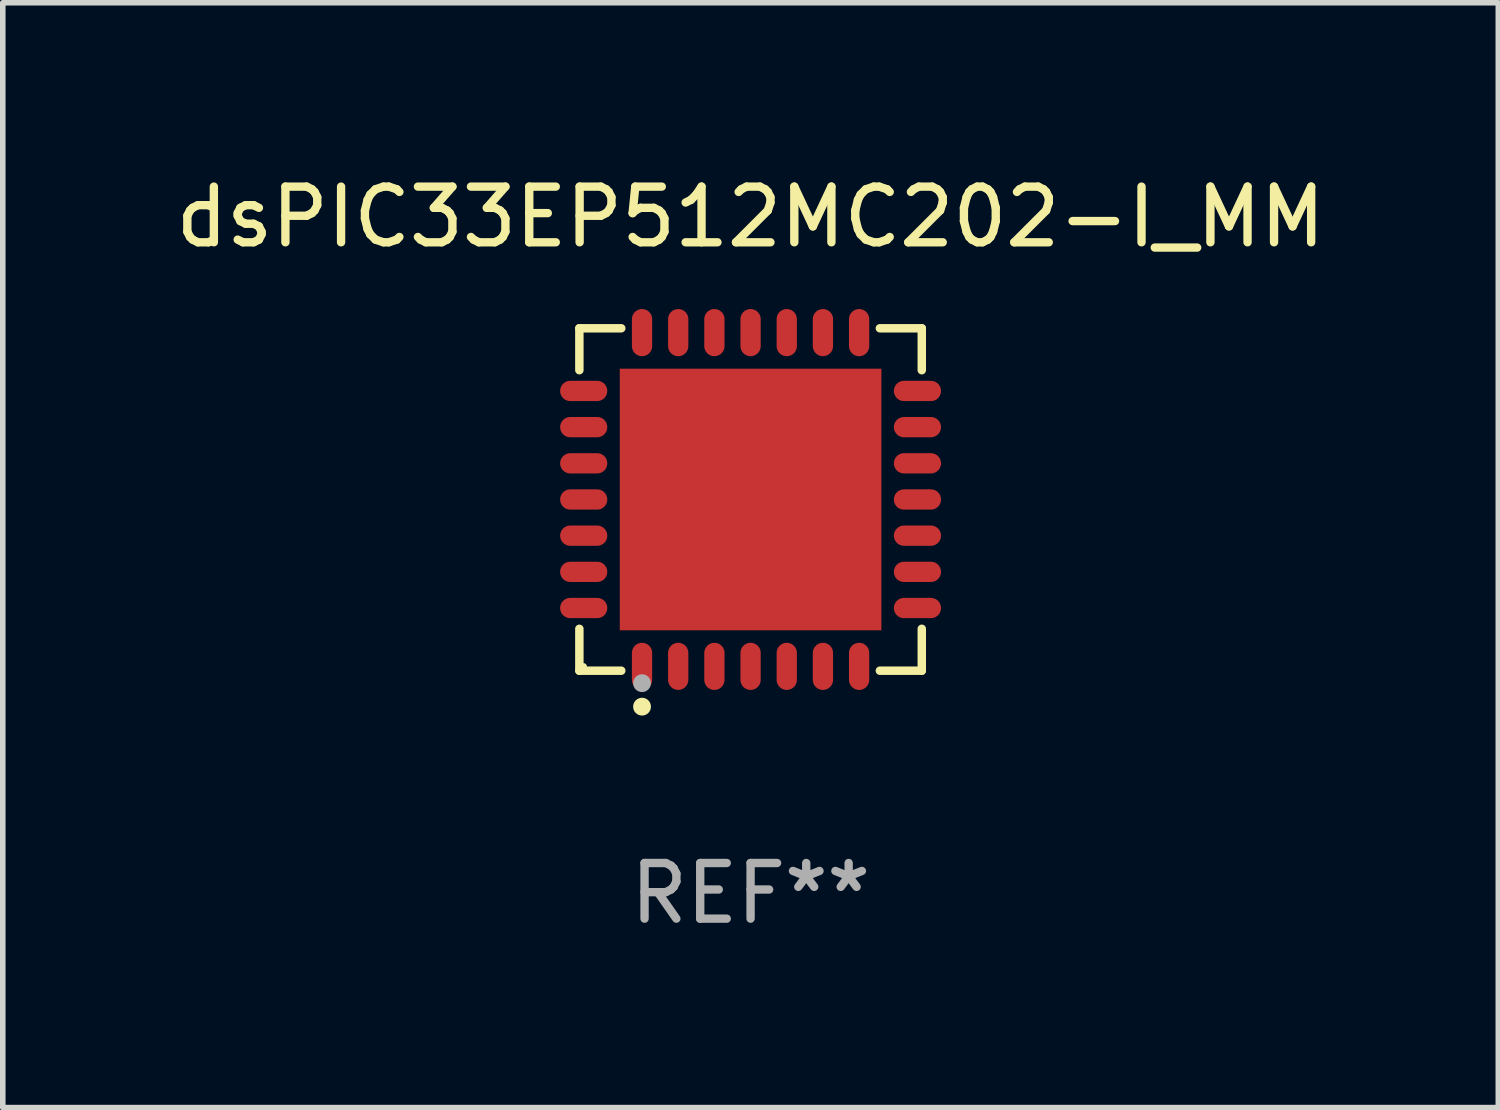
<source format=kicad_pcb>
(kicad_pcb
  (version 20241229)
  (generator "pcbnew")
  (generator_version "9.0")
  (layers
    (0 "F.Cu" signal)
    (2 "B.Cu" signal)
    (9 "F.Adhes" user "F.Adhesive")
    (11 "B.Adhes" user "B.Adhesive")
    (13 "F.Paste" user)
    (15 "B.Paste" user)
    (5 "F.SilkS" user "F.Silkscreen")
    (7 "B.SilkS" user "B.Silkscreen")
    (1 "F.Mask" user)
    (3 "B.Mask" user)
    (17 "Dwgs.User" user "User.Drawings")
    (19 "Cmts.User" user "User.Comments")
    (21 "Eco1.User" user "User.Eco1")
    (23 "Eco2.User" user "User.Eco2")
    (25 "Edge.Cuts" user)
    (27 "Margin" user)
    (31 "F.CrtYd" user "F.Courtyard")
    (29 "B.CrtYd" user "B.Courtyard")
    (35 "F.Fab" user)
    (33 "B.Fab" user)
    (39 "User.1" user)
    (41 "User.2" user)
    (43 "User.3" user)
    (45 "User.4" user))
  (footprint "dsPIC33EP512MC202-I_MM"
    (layer "F.Cu")
    (at 10.435 5.924)
    (property "Reference" "dsPIC33EP512MC202-I_MM" (at 0 -5.076 0) (layer "F.SilkS") (effects (font (size 1 1) (thickness 0.15))))
    (attr through_hole)
    (fp_line (start -3.076 -3.076) (end -2.323 -3.076) (stroke (width 0.152) (type solid)) (layer "F.SilkS"))
    (fp_line (start -3.076 -2.323) (end -3.076 -3.076) (stroke (width 0.152) (type solid)) (layer "F.SilkS"))
    (fp_line (start -3.076 2.323) (end -3.076 3.076) (stroke (width 0.152) (type solid)) (layer "F.SilkS"))
    (fp_line (start -3.076 3.076) (end -2.323 3.076) (stroke (width 0.152) (type solid)) (layer "F.SilkS"))
    (fp_line (start 3.076 -3.076) (end 2.323 -3.076) (stroke (width 0.152) (type solid)) (layer "F.SilkS"))
    (fp_line (start 3.076 -2.323) (end 3.076 -3.076) (stroke (width 0.152) (type solid)) (layer "F.SilkS"))
    (fp_line (start 3.076 2.323) (end 3.076 3.076) (stroke (width 0.152) (type solid)) (layer "F.SilkS"))
    (fp_line (start 3.076 3.076) (end 2.323 3.076) (stroke (width 0.152) (type solid)) (layer "F.SilkS"))
    (fp_circle (center -3 3) (end -2.97 3) (stroke (width 0.06) (type solid)) (fill no) (layer "F.SilkS"))
    (fp_circle (center -1.95 3.722) (end -1.87 3.722) (stroke (width 0.16) (type solid)) (fill no) (layer "F.SilkS"))
    (fp_circle (center -1.95 3.3) (end -1.87 3.3) (stroke (width 0.16) (type solid)) (fill no) (layer "F.Fab"))
    (fp_text user "REF**" (at 0 7.076 0) (layer "F.Fab") (effects (font (size 1 1) (thickness 0.15))))
    (pad "1" smd oval (at -1.95 2.998) (size 0.364 0.847) (layers "F.Cu" "F.Mask" "F.Paste"))
    (pad "2" smd oval (at -1.3 2.998) (size 0.364 0.847) (layers "F.Cu" "F.Mask" "F.Paste"))
    (pad "3" smd oval (at -0.65 2.998) (size 0.364 0.847) (layers "F.Cu" "F.Mask" "F.Paste"))
    (pad "4" smd oval (at 0 2.998) (size 0.364 0.847) (layers "F.Cu" "F.Mask" "F.Paste"))
    (pad "5" smd oval (at 0.65 2.998) (size 0.364 0.847) (layers "F.Cu" "F.Mask" "F.Paste"))
    (pad "6" smd oval (at 1.3 2.998) (size 0.364 0.847) (layers "F.Cu" "F.Mask" "F.Paste"))
    (pad "7" smd oval (at 1.95 2.998) (size 0.364 0.847) (layers "F.Cu" "F.Mask" "F.Paste"))
    (pad "8" smd oval (at 2.998 1.95) (size 0.847 0.364) (layers "F.Cu" "F.Mask" "F.Paste"))
    (pad "9" smd oval (at 2.998 1.3) (size 0.847 0.364) (layers "F.Cu" "F.Mask" "F.Paste"))
    (pad "10" smd oval (at 2.998 0.65) (size 0.847 0.364) (layers "F.Cu" "F.Mask" "F.Paste"))
    (pad "11" smd oval (at 2.998 0) (size 0.847 0.364) (layers "F.Cu" "F.Mask" "F.Paste"))
    (pad "12" smd oval (at 2.998 -0.65) (size 0.847 0.364) (layers "F.Cu" "F.Mask" "F.Paste"))
    (pad "13" smd oval (at 2.998 -1.3) (size 0.847 0.364) (layers "F.Cu" "F.Mask" "F.Paste"))
    (pad "14" smd oval (at 2.998 -1.95) (size 0.847 0.364) (layers "F.Cu" "F.Mask" "F.Paste"))
    (pad "15" smd oval (at 1.95 -2.998) (size 0.364 0.847) (layers "F.Cu" "F.Mask" "F.Paste"))
    (pad "16" smd oval (at 1.3 -2.998) (size 0.364 0.847) (layers "F.Cu" "F.Mask" "F.Paste"))
    (pad "17" smd oval (at 0.65 -2.998) (size 0.364 0.847) (layers "F.Cu" "F.Mask" "F.Paste"))
    (pad "18" smd oval (at 0 -2.998) (size 0.364 0.847) (layers "F.Cu" "F.Mask" "F.Paste"))
    (pad "19" smd oval (at -0.65 -2.998) (size 0.364 0.847) (layers "F.Cu" "F.Mask" "F.Paste"))
    (pad "20" smd oval (at -1.3 -2.998) (size 0.364 0.847) (layers "F.Cu" "F.Mask" "F.Paste"))
    (pad "21" smd oval (at -1.95 -2.998) (size 0.364 0.847) (layers "F.Cu" "F.Mask" "F.Paste"))
    (pad "22" smd oval (at -2.998 -1.95) (size 0.847 0.364) (layers "F.Cu" "F.Mask" "F.Paste"))
    (pad "23" smd oval (at -2.998 -1.3) (size 0.847 0.364) (layers "F.Cu" "F.Mask" "F.Paste"))
    (pad "24" smd oval (at -2.998 -0.65) (size 0.847 0.364) (layers "F.Cu" "F.Mask" "F.Paste"))
    (pad "25" smd oval (at -2.998 0) (size 0.847 0.364) (layers "F.Cu" "F.Mask" "F.Paste"))
    (pad "26" smd oval (at -2.998 0.65) (size 0.847 0.364) (layers "F.Cu" "F.Mask" "F.Paste"))
    (pad "27" smd oval (at -2.998 1.3) (size 0.847 0.364) (layers "F.Cu" "F.Mask" "F.Paste"))
    (pad "28" smd oval (at -2.998 1.95) (size 0.847 0.364) (layers "F.Cu" "F.Mask" "F.Paste"))
    (pad "29" smd rect (at 0 0) (size 4.7 4.7) (layers "F.Cu" "F.Mask" "F.Paste")))
  (gr_rect
    (start -3 -3)
    (end 23.869 16.849)
    (stroke (width 0.1) (type default))
    (fill no)
    (layer "Edge.Cuts")))
</source>
